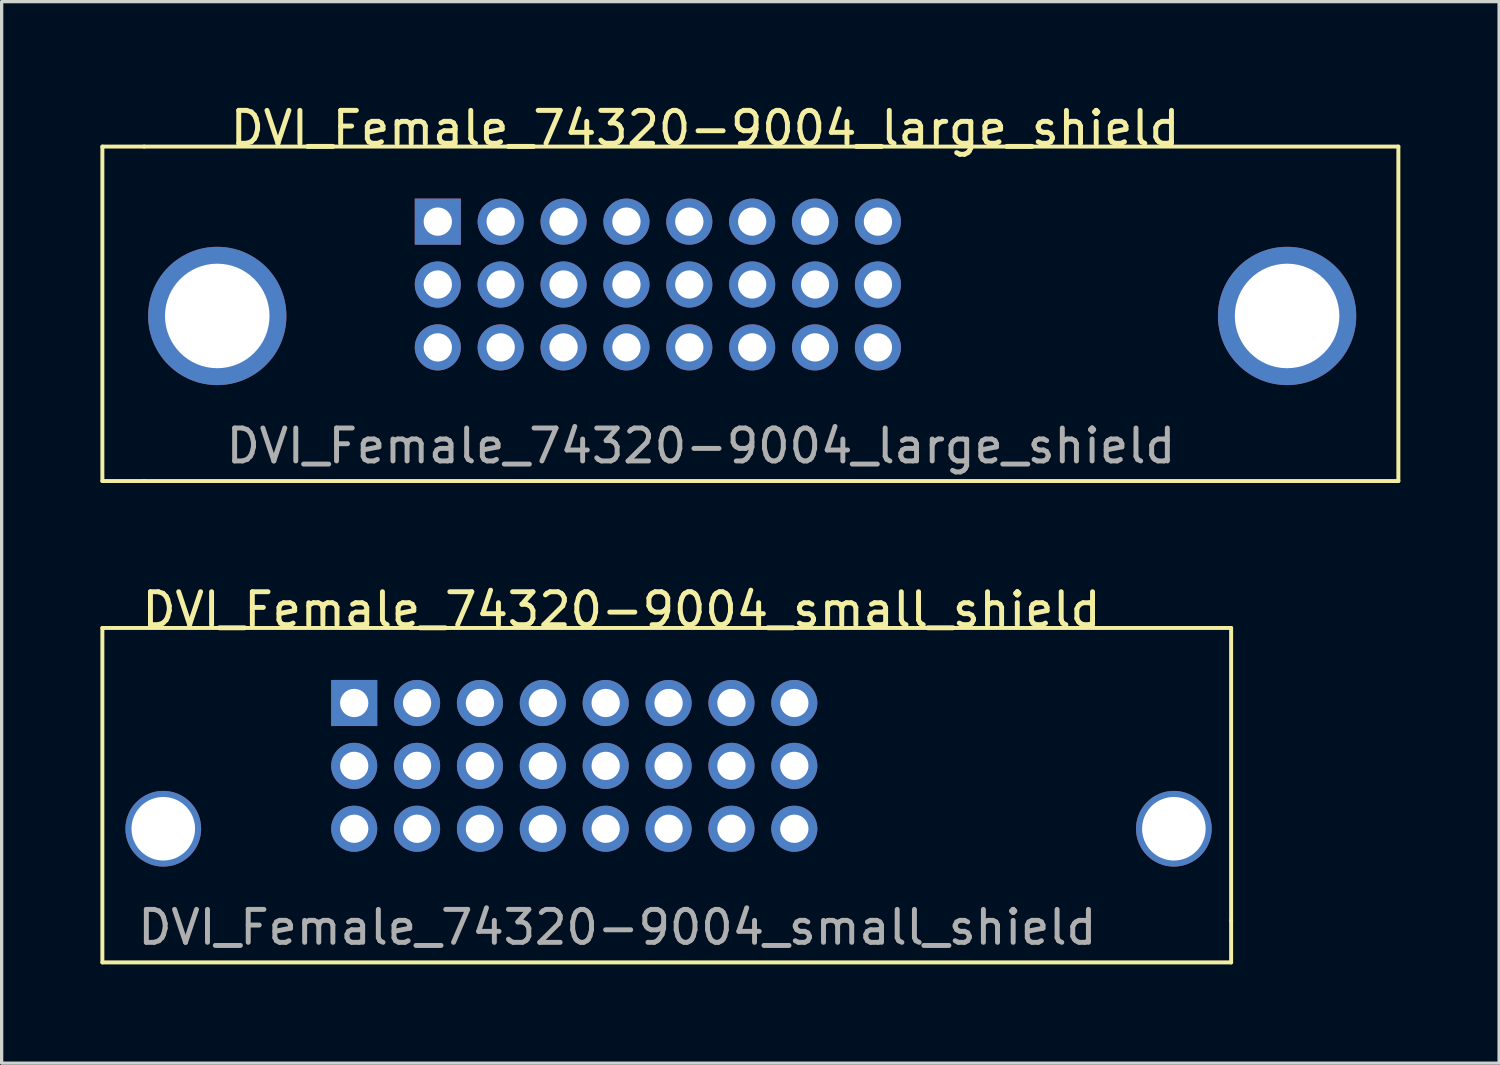
<source format=kicad_pcb>
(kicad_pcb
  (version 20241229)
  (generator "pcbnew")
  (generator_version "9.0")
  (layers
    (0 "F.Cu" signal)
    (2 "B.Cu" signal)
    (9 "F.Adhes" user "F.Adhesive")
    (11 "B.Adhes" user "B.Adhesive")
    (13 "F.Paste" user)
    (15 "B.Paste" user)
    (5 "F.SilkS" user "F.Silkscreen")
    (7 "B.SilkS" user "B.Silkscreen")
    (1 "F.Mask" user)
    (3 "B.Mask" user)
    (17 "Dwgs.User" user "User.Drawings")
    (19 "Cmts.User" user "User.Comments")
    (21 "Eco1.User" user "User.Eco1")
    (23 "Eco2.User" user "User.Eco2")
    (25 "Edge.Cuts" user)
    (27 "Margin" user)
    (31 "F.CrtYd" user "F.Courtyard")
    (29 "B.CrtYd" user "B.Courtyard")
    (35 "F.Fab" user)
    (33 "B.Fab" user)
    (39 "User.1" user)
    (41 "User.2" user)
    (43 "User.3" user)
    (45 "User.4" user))
  (footprint "DVI_Female_74320-9004_small_shield"
    (layer "F.Cu")
    (at 1.33 23.646)
    (property "Reference" "DVI_Female_74320-9004_small_shield" (at 14.5 -8.175 0) (layer "F.SilkS") (effects (font (size 1 1) (thickness 0.15))))
    (attr through_hole)
    (fp_line (start -1.27 -7.62) (end 33.02 -7.62) (stroke (width 0.12) (type solid)) (layer "F.SilkS"))
    (fp_line (start -1.27 2.54) (end -1.27 -7.62) (stroke (width 0.12) (type solid)) (layer "F.SilkS"))
    (fp_line (start 33.02 -7.62) (end 33.02 1.27) (stroke (width 0.12) (type solid)) (layer "F.SilkS"))
    (fp_line (start 33.02 1.27) (end 33.02 2.54) (stroke (width 0.12) (type solid)) (layer "F.SilkS"))
    (fp_line (start 33.02 2.54) (end -1.27 2.54) (stroke (width 0.12) (type solid)) (layer "F.SilkS"))
    (fp_text user "${REFERENCE}" (at 14.375 1.475 0) (layer "F.Fab") (effects (font (size 1 1) (thickness 0.15))))
    (pad "1" thru_hole rect (at 6.38 -5.34) (size 1.4 1.4) (drill 0.86) (layers "*.Cu" "*.Mask"))
    (pad "2" thru_hole circle (at 8.29 -5.34) (size 1.4 1.4) (drill 0.86) (layers "*.Cu" "*.Mask"))
    (pad "3" thru_hole circle (at 10.2 -5.34) (size 1.4 1.4) (drill 0.86) (layers "*.Cu" "*.Mask"))
    (pad "4" thru_hole circle (at 12.11 -5.34) (size 1.4 1.4) (drill 0.86) (layers "*.Cu" "*.Mask"))
    (pad "5" thru_hole circle (at 14.02 -5.34) (size 1.4 1.4) (drill 0.86) (layers "*.Cu" "*.Mask"))
    (pad "6" thru_hole circle (at 15.93 -5.34) (size 1.4 1.4) (drill 0.86) (layers "*.Cu" "*.Mask"))
    (pad "7" thru_hole circle (at 17.84 -5.34) (size 1.4 1.4) (drill 0.86) (layers "*.Cu" "*.Mask"))
    (pad "8" thru_hole circle (at 19.75 -5.34) (size 1.4 1.4) (drill 0.86) (layers "*.Cu" "*.Mask"))
    (pad "9" thru_hole circle (at 6.38 -3.43) (size 1.4 1.4) (drill 0.86) (layers "*.Cu" "*.Mask"))
    (pad "10" thru_hole circle (at 8.29 -3.43) (size 1.4 1.4) (drill 0.86) (layers "*.Cu" "*.Mask"))
    (pad "11" thru_hole circle (at 10.2 -3.43) (size 1.4 1.4) (drill 0.86) (layers "*.Cu" "*.Mask"))
    (pad "12" thru_hole circle (at 12.11 -3.43) (size 1.4 1.4) (drill 0.86) (layers "*.Cu" "*.Mask"))
    (pad "13" thru_hole circle (at 14.02 -3.43) (size 1.4 1.4) (drill 0.86) (layers "*.Cu" "*.Mask"))
    (pad "14" thru_hole circle (at 15.93 -3.43) (size 1.4 1.4) (drill 0.86) (layers "*.Cu" "*.Mask"))
    (pad "15" thru_hole circle (at 17.84 -3.43) (size 1.4 1.4) (drill 0.86) (layers "*.Cu" "*.Mask"))
    (pad "16" thru_hole circle (at 19.75 -3.43) (size 1.4 1.4) (drill 0.86) (layers "*.Cu" "*.Mask"))
    (pad "17" thru_hole circle (at 6.38 -1.52) (size 1.4 1.4) (drill 0.86) (layers "*.Cu" "*.Mask"))
    (pad "18" thru_hole circle (at 8.29 -1.52) (size 1.4 1.4) (drill 0.86) (layers "*.Cu" "*.Mask"))
    (pad "19" thru_hole circle (at 10.2 -1.52) (size 1.4 1.4) (drill 0.86) (layers "*.Cu" "*.Mask"))
    (pad "20" thru_hole circle (at 12.11 -1.52) (size 1.4 1.4) (drill 0.86) (layers "*.Cu" "*.Mask"))
    (pad "21" thru_hole circle (at 14.02 -1.52) (size 1.4 1.4) (drill 0.86) (layers "*.Cu" "*.Mask"))
    (pad "22" thru_hole circle (at 15.93 -1.52) (size 1.4 1.4) (drill 0.86) (layers "*.Cu" "*.Mask"))
    (pad "23" thru_hole circle (at 17.84 -1.52) (size 1.4 1.4) (drill 0.86) (layers "*.Cu" "*.Mask"))
    (pad "24" thru_hole circle (at 19.75 -1.52) (size 1.4 1.4) (drill 0.86) (layers "*.Cu" "*.Mask"))
    (pad "SH" thru_hole circle (at 0.58 -1.52) (size 2.3 2.3) (drill 1.93) (layers "*.Cu" "*.Mask"))
    (pad "SH" thru_hole circle (at 31.28 -1.52) (size 2.3 2.3) (drill 1.93) (layers "*.Cu" "*.Mask")))
  (footprint "DVI_Female_74320-9004_large_shield"
    (layer "F.Cu")
    (at 3.87 9.023)
    (property "Reference" "DVI_Female_74320-9004_large_shield" (at 14.5 -8.175 0) (layer "F.SilkS") (effects (font (size 1 1) (thickness 0.15))))
    (attr through_hole)
    (fp_line (start -3.81 -7.62) (end -2.54 -7.62) (stroke (width 0.12) (type solid)) (layer "F.SilkS"))
    (fp_line (start -3.81 2.54) (end -3.81 -7.62) (stroke (width 0.12) (type solid)) (layer "F.SilkS"))
    (fp_line (start -2.54 -7.62) (end 35.56 -7.62) (stroke (width 0.12) (type solid)) (layer "F.SilkS"))
    (fp_line (start -2.54 2.54) (end -3.81 2.54) (stroke (width 0.12) (type solid)) (layer "F.SilkS"))
    (fp_line (start 35.56 -7.62) (end 35.56 2.54) (stroke (width 0.12) (type solid)) (layer "F.SilkS"))
    (fp_line (start 35.56 2.54) (end -2.54 2.54) (stroke (width 0.12) (type solid)) (layer "F.SilkS"))
    (fp_text user "${REFERENCE}" (at 14.375 1.475 0) (layer "F.Fab") (effects (font (size 1 1) (thickness 0.15))))
    (pad "1" thru_hole rect (at 6.38 -5.34) (size 1.4 1.4) (drill 0.86) (layers "*.Cu" "*.Mask"))
    (pad "2" thru_hole circle (at 8.29 -5.34) (size 1.4 1.4) (drill 0.86) (layers "*.Cu" "*.Mask"))
    (pad "3" thru_hole circle (at 10.2 -5.34) (size 1.4 1.4) (drill 0.86) (layers "*.Cu" "*.Mask"))
    (pad "4" thru_hole circle (at 12.11 -5.34) (size 1.4 1.4) (drill 0.86) (layers "*.Cu" "*.Mask"))
    (pad "5" thru_hole circle (at 14.02 -5.34) (size 1.4 1.4) (drill 0.86) (layers "*.Cu" "*.Mask"))
    (pad "6" thru_hole circle (at 15.93 -5.34) (size 1.4 1.4) (drill 0.86) (layers "*.Cu" "*.Mask"))
    (pad "7" thru_hole circle (at 17.84 -5.34) (size 1.4 1.4) (drill 0.86) (layers "*.Cu" "*.Mask"))
    (pad "8" thru_hole circle (at 19.75 -5.34) (size 1.4 1.4) (drill 0.86) (layers "*.Cu" "*.Mask"))
    (pad "9" thru_hole circle (at 6.38 -3.43) (size 1.4 1.4) (drill 0.86) (layers "*.Cu" "*.Mask"))
    (pad "10" thru_hole circle (at 8.29 -3.43) (size 1.4 1.4) (drill 0.86) (layers "*.Cu" "*.Mask"))
    (pad "11" thru_hole circle (at 10.2 -3.43) (size 1.4 1.4) (drill 0.86) (layers "*.Cu" "*.Mask"))
    (pad "12" thru_hole circle (at 12.11 -3.43) (size 1.4 1.4) (drill 0.86) (layers "*.Cu" "*.Mask"))
    (pad "13" thru_hole circle (at 14.02 -3.43) (size 1.4 1.4) (drill 0.86) (layers "*.Cu" "*.Mask"))
    (pad "14" thru_hole circle (at 15.93 -3.43) (size 1.4 1.4) (drill 0.86) (layers "*.Cu" "*.Mask"))
    (pad "15" thru_hole circle (at 17.84 -3.43) (size 1.4 1.4) (drill 0.86) (layers "*.Cu" "*.Mask"))
    (pad "16" thru_hole circle (at 19.75 -3.43) (size 1.4 1.4) (drill 0.86) (layers "*.Cu" "*.Mask"))
    (pad "17" thru_hole circle (at 6.38 -1.52) (size 1.4 1.4) (drill 0.86) (layers "*.Cu" "*.Mask"))
    (pad "18" thru_hole circle (at 8.29 -1.52) (size 1.4 1.4) (drill 0.86) (layers "*.Cu" "*.Mask"))
    (pad "19" thru_hole circle (at 10.2 -1.52) (size 1.4 1.4) (drill 0.86) (layers "*.Cu" "*.Mask"))
    (pad "20" thru_hole circle (at 12.11 -1.52) (size 1.4 1.4) (drill 0.86) (layers "*.Cu" "*.Mask"))
    (pad "21" thru_hole circle (at 14.02 -1.52) (size 1.4 1.4) (drill 0.86) (layers "*.Cu" "*.Mask"))
    (pad "22" thru_hole circle (at 15.93 -1.52) (size 1.4 1.4) (drill 0.86) (layers "*.Cu" "*.Mask"))
    (pad "23" thru_hole circle (at 17.84 -1.52) (size 1.4 1.4) (drill 0.86) (layers "*.Cu" "*.Mask"))
    (pad "24" thru_hole circle (at 19.75 -1.52) (size 1.4 1.4) (drill 0.86) (layers "*.Cu" "*.Mask"))
    (pad "SH" thru_hole circle (at -0.32 -2.475) (size 4.2 4.2) (drill 3.175) (layers "*.Cu" "*.Mask"))
    (pad "SH" thru_hole circle (at 32.18 -2.475) (size 4.2 4.2) (drill 3.175) (layers "*.Cu" "*.Mask")))
  (gr_rect
    (start -3 -3)
    (end 42.49 29.247)
    (stroke (width 0.1) (type default))
    (fill no)
    (layer "Edge.Cuts")))
</source>
